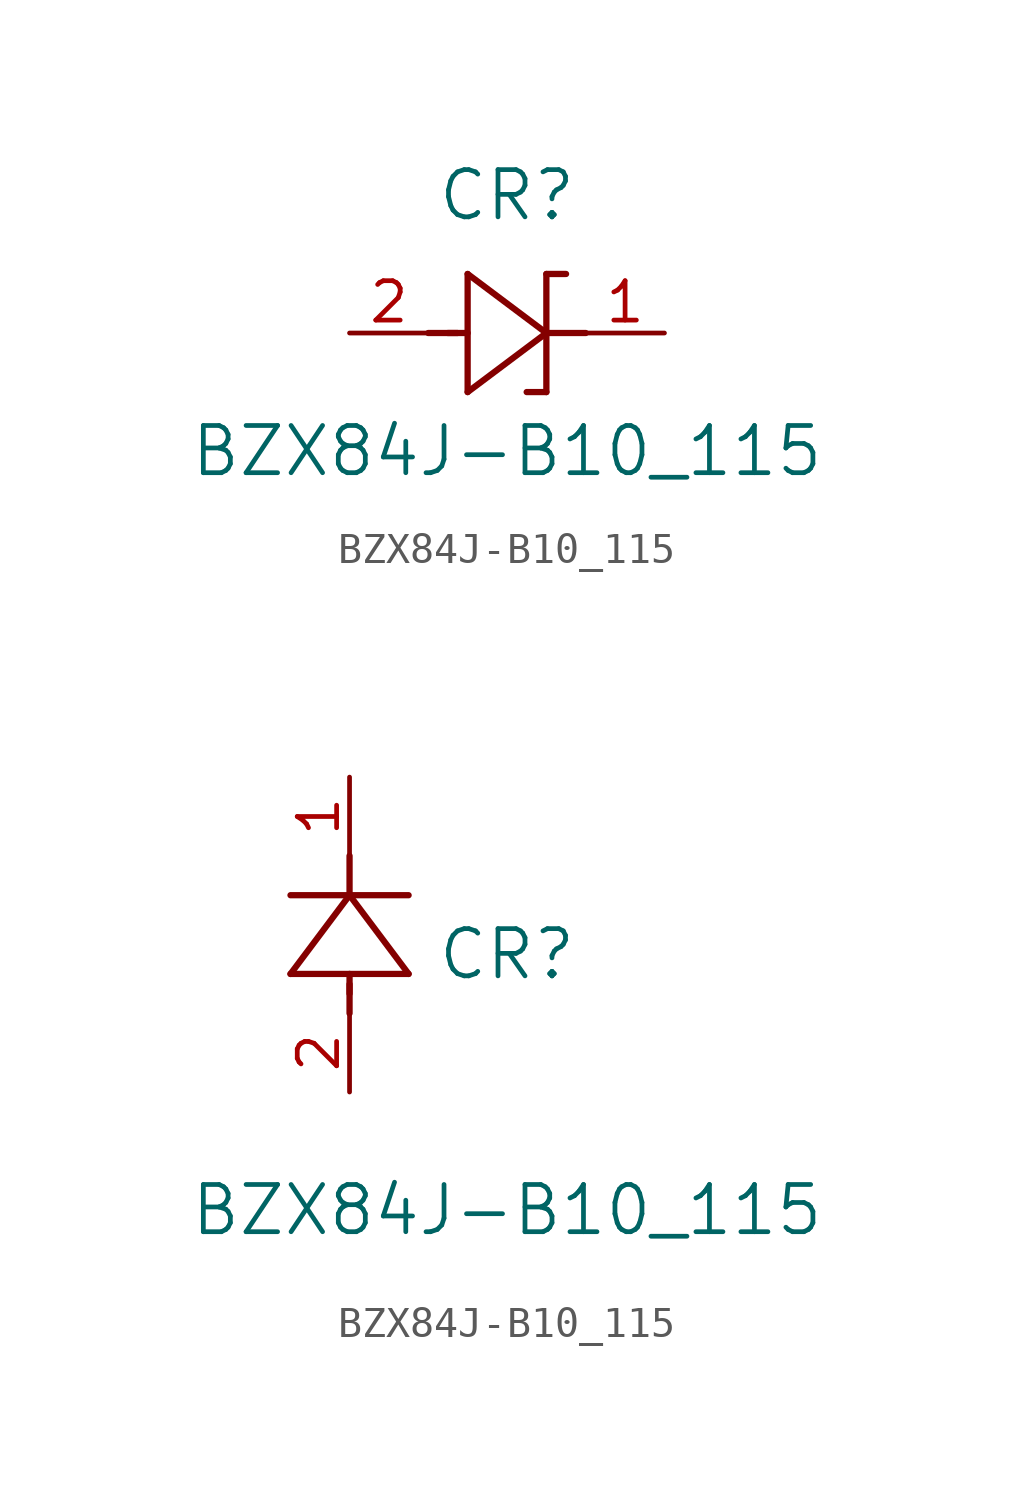
<source format=kicad_sym>
(kicad_symbol_lib
  (version 20241209)
  (generator "kicad_symbol_editor")
  (generator_version "9.0")
  (symbol "BZX84J-B10_115"
    (pin_names
      (offset 0.254))
    (property "Reference" "CR"
      (at 5.08 4.445 0)
      (effects (font (size 1.524 1.524))))
    (property "Value" "BZX84J-B10_115"
      (at 5.08 -3.81 0)
      (effects (font (size 1.524 1.524))))
    (property "ki_locked" ""
      (at 0 0 0)
      (effects (font (size 1.27 1.27))))
    (symbol "BZX84J-B10_115_1_1"
      (polyline (pts (xy 2.54 0) (xy 3.48 0)) (stroke (width 0.203) (type default)) (fill (type none)))
      (polyline (pts (xy 3.175 0) (xy 3.81 0)) (stroke (width 0.203) (type default)) (fill (type none)))
      (polyline (pts (xy 3.81 1.905) (xy 3.81 -1.905)) (stroke (width 0.203) (type default)) (fill (type none)))
      (polyline (pts (xy 3.81 -1.905) (xy 6.35 0)) (stroke (width 0.203) (type default)) (fill (type none)))
      (polyline (pts (xy 6.35 1.905) (xy 6.985 1.905)) (stroke (width 0.203) (type default)) (fill (type none)))
      (polyline (pts (xy 6.35 0) (xy 3.81 1.905)) (stroke (width 0.203) (type default)) (fill (type none)))
      (polyline (pts (xy 6.35 0) (xy 7.62 0)) (stroke (width 0.203) (type default)) (fill (type none)))
      (polyline (pts (xy 6.35 -1.905) (xy 5.715 -1.905)) (stroke (width 0.203) (type default)) (fill (type none)))
      (polyline (pts (xy 6.35 -1.905) (xy 6.35 1.905)) (stroke (width 0.203) (type default)) (fill (type none)))
      (pin passive line (at 0 0 0) (length 2.54) (name "" (effects (font (size 1.27 1.27)))) (number "2" (effects (font (size 1.27 1.27)))))
      (pin passive line (at 10.16 0 180) (length 2.54) (name "" (effects (font (size 1.27 1.27)))) (number "1" (effects (font (size 1.27 1.27))))))
    (symbol "BZX84J-B10_115_1_2"
      (polyline (pts (xy -1.905 3.81) (xy 1.905 3.81)) (stroke (width 0.203) (type default)) (fill (type none)))
      (polyline (pts (xy 0 6.35) (xy -1.905 3.81)) (stroke (width 0.203) (type default)) (fill (type none)))
      (polyline (pts (xy 0 6.35) (xy 0 7.62)) (stroke (width 0.203) (type default)) (fill (type none)))
      (polyline (pts (xy 0 3.175) (xy 0 3.81)) (stroke (width 0.203) (type default)) (fill (type none)))
      (polyline (pts (xy 0 2.54) (xy 0 3.48)) (stroke (width 0.203) (type default)) (fill (type none)))
      (polyline (pts (xy 1.905 6.35) (xy -1.905 6.35)) (stroke (width 0.203) (type default)) (fill (type none)))
      (polyline (pts (xy 1.905 3.81) (xy 0 6.35)) (stroke (width 0.203) (type default)) (fill (type none)))
      (pin passive line (at 0 10.16 270) (length 2.54) (name "" (effects (font (size 1.27 1.27)))) (number "1" (effects (font (size 1.27 1.27)))))
      (pin passive line (at 0 0 90) (length 2.54) (name "" (effects (font (size 1.27 1.27)))) (number "2" (effects (font (size 1.27 1.27))))))))
</source>
